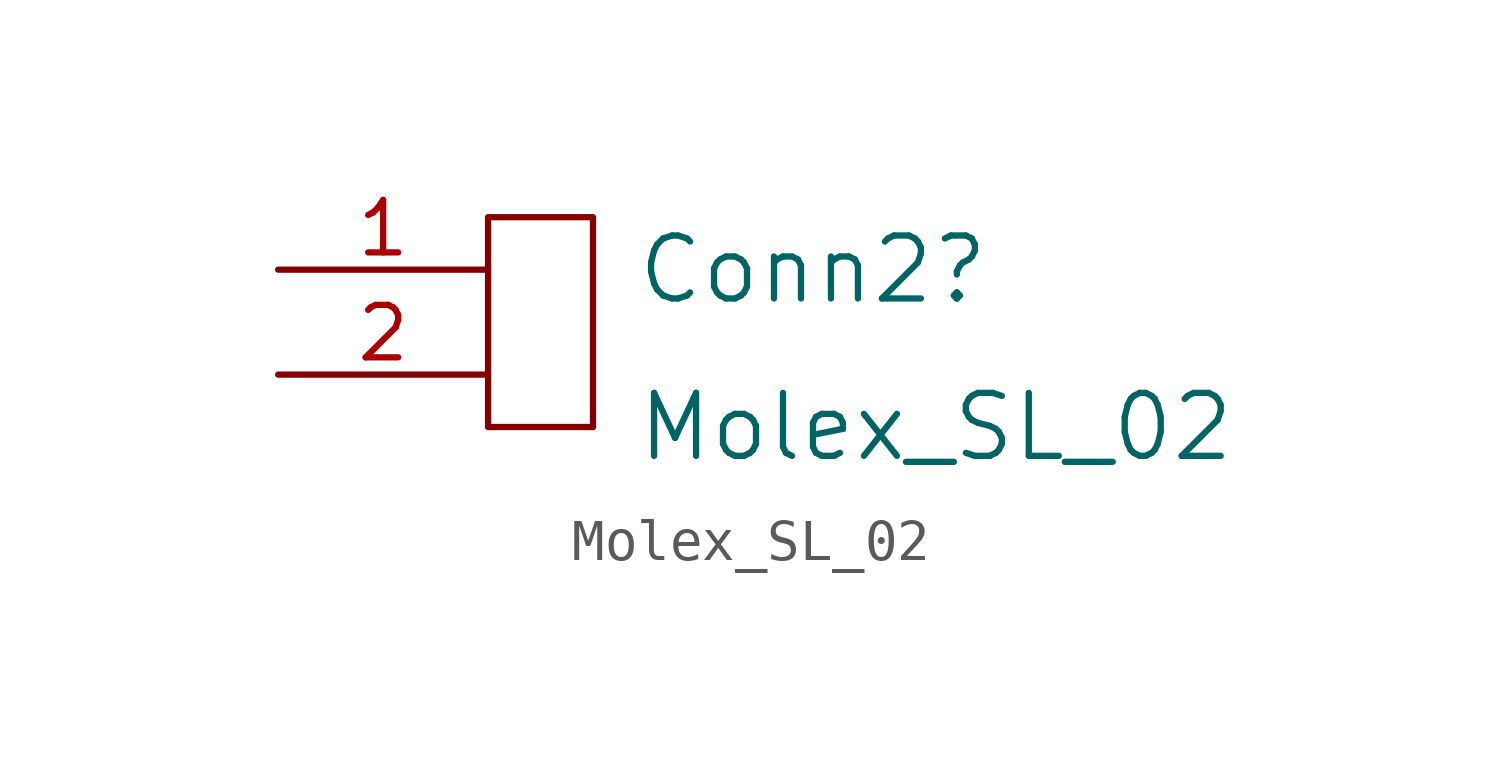
<source format=kicad_sym>
(kicad_symbol_lib
  (version 20211014)
  (generator kicad_symbol_editor)
  (symbol "Molex_SL_02"
    (pin_names
      (offset 1.016))
    (property "Reference" "Conn2"
      (at 3.556 3.81 0)
      (effects (font (size 1.524 1.524)) (justify left)))
    (property "Value" "Molex_SL_02"
      (at 3.556 0 0)
      (effects (font (size 1.524 1.524)) (justify left)))
    (symbol "Molex_SL_02_0_1"
      (rectangle (start 0 5.08) (end 2.54 0) (stroke (width 0) (type default) (color 0 0 0 0)) (fill (type none))))
    (symbol "Molex_SL_02_1_1"
      (pin input line (at -5.08 3.81 0) (length 5.08) (name "~" (effects (font (size 1.27 1.27)))) (number "1" (effects (font (size 1.27 1.27)))))
      (pin input line (at -5.08 1.27 0) (length 5.08) (name "~" (effects (font (size 1.27 1.27)))) (number "2" (effects (font (size 1.27 1.27))))))))
</source>
